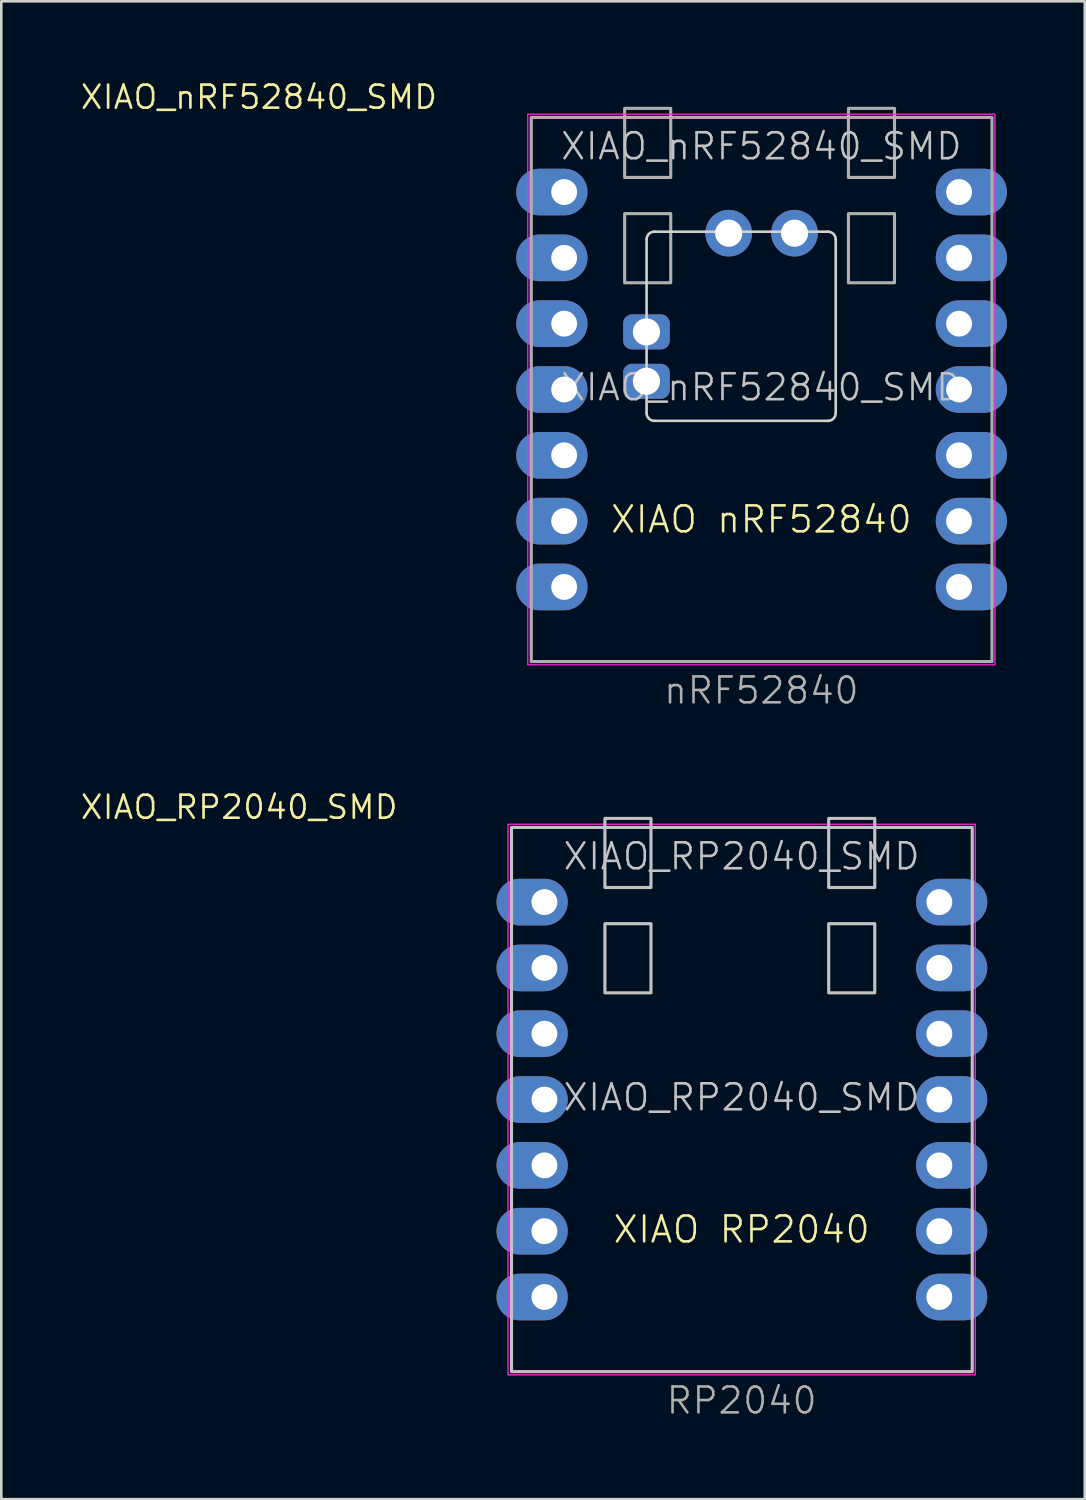
<source format=kicad_pcb>
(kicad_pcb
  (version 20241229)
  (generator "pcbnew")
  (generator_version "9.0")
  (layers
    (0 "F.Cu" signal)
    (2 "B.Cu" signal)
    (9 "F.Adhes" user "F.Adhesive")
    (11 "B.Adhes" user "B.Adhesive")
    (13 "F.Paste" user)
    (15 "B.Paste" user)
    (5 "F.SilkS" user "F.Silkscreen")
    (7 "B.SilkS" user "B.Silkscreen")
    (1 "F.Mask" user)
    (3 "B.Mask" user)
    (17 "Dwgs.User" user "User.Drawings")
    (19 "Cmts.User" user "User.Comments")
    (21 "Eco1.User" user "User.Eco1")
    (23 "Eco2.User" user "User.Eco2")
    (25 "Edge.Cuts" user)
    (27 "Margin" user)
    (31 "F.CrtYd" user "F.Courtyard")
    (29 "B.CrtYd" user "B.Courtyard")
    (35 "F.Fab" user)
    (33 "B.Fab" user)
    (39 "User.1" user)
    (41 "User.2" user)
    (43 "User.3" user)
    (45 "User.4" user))
  (footprint "XIAO_nRF52840_SMD"
    (layer "F.Cu")
    (at 26.342 11.981)
    (property "Reference" "XIAO_nRF52840_SMD" (at -19.399 -11.283 0) (layer "F.SilkS") (effects (font (size 0.889 0.889) (thickness 0.102))))
    (property "Value" "nRF52840" (at -19.843 -0.297 0) (layer "F.SilkS") (hide yes) (effects (font (size 0.61 0.61) (thickness 0.076))))
    (attr smd exclude_from_pos_files)
    (fp_line (start -4.15 -0.33) (end -3.92 -0.317) (stroke (width 0.2) (type default)) (layer "F.Cu"))
    (fp_line (start -4.44 -5.79) (end -4.44 0.91) (stroke (width 0.1) (type default)) (layer "Edge.Cuts"))
    (fp_line (start -4.14 1.21) (end 2.56 1.21) (stroke (width 0.1) (type default)) (layer "Edge.Cuts"))
    (fp_line (start 2.56 -6.09) (end -4.14 -6.09) (stroke (width 0.1) (type default)) (layer "Edge.Cuts"))
    (fp_line (start 2.86 0.91) (end 2.86 -5.79) (stroke (width 0.1) (type default)) (layer "Edge.Cuts"))
    (fp_arc (start -4.44 -5.79) (mid -4.352132 -6.002132) (end -4.14 -6.09) (stroke (width 0.1) (type default)) (layer "Edge.Cuts"))
    (fp_arc (start -4.14 1.21) (mid -4.352132 1.122132) (end -4.44 0.91) (stroke (width 0.1) (type default)) (layer "Edge.Cuts"))
    (fp_arc (start 2.56 -6.09) (mid 2.772132 -6.002132) (end 2.86 -5.79) (stroke (width 0.1) (type default)) (layer "Edge.Cuts"))
    (fp_arc (start 2.86 0.91) (mid 2.772132 1.122132) (end 2.56 1.21) (stroke (width 0.1) (type default)) (layer "Edge.Cuts"))
    (fp_rect (start 9.005 10.625) (end -9.025 -10.625) (stroke (width 0.05) (type solid)) (fill no) (layer "F.CrtYd"))
    (fp_rect (start -8.89 10.5) (end 8.89 -10.5) (stroke (width 0.12) (type solid)) (fill no) (layer "F.Fab"))
    (fp_rect (start -5.286 -6.786) (end -3.508 -4.119) (stroke (width 0.12) (type solid)) (fill no) (layer "F.Fab"))
    (fp_rect (start -3.508 -8.183) (end -5.286 -10.85) (stroke (width 0.12) (type solid)) (fill no) (layer "F.Fab"))
    (fp_rect (start 3.35 -10.85) (end 5.128 -8.183) (stroke (width 0.12) (type solid)) (fill no) (layer "F.Fab"))
    (fp_rect (start 3.35 -6.786) (end 5.128 -4.119) (stroke (width 0.12) (type solid)) (fill no) (layer "F.Fab"))
    (fp_text user "XIAO nRF52840" (at -0.01 5.6 0) (unlocked yes) (layer "F.SilkS") (effects (font (size 1 1) (thickness 0.1)) (justify bottom)))
    (fp_text user "${REFERENCE}" (at -0.01 -8.8 0) (unlocked yes) (layer "Dwgs.User") (effects (font (size 1 1) (thickness 0.1)) (justify bottom)))
    (fp_text user "${REFERENCE}" (at -0.01 0.5 0) (unlocked yes) (layer "Dwgs.User") (effects (font (size 1 1) (thickness 0.1)) (justify bottom)))
    (fp_text user "${VALUE}" (at -0.01 12.2 0) (unlocked yes) (layer "F.Fab") (effects (font (size 1 1) (thickness 0.1)) (justify bottom)))
    (pad "1" thru_hole oval (at -7.62 -7.62) (size 2.75 1.8) (drill 1 (offset -0.475 0)) (layers "*.Cu" "*.Mask"))
    (pad "2" thru_hole oval (at -7.62 -5.08) (size 2.75 1.8) (drill 1 (offset -0.475 0)) (layers "*.Cu" "*.Mask"))
    (pad "3" thru_hole oval (at -7.62 -2.54) (size 2.75 1.8) (drill 1 (offset -0.475 0)) (layers "*.Cu" "*.Mask"))
    (pad "4" thru_hole oval (at -7.62 0) (size 2.75 1.8) (drill 1 (offset -0.475 0)) (layers "*.Cu" "*.Mask"))
    (pad "5" thru_hole oval (at -7.62 2.54) (size 2.75 1.8) (drill 1 (offset -0.475 0)) (layers "*.Cu" "*.Mask"))
    (pad "6" thru_hole oval (at -7.62 5.08) (size 2.75 1.8) (drill 1 (offset -0.475 0)) (layers "*.Cu" "*.Mask"))
    (pad "7" thru_hole oval (at -7.62 7.62) (size 2.75 1.8) (drill 1 (offset -0.475 0)) (layers "*.Cu" "*.Mask"))
    (pad "8" thru_hole oval (at 7.62 7.62 180) (size 2.75 1.8) (drill 1 (offset -0.475 0)) (layers "*.Cu" "*.Mask"))
    (pad "9" thru_hole oval (at 7.62 5.08 180) (size 2.75 1.8) (drill 1 (offset -0.475 0)) (layers "*.Cu" "*.Mask"))
    (pad "10" thru_hole oval (at 7.62 2.54 180) (size 2.75 1.8) (drill 1 (offset -0.475 0)) (layers "*.Cu" "*.Mask"))
    (pad "11" thru_hole oval (at 7.62 0 180) (size 2.75 1.8) (drill 1 (offset -0.475 0)) (layers "*.Cu" "*.Mask"))
    (pad "12" thru_hole oval (at 7.62 -2.54 180) (size 2.75 1.8) (drill 1 (offset -0.475 0)) (layers "*.Cu" "*.Mask"))
    (pad "13" thru_hole oval (at 7.62 -5.08 180) (size 2.75 1.8) (drill 1 (offset -0.475 0)) (layers "*.Cu" "*.Mask"))
    (pad "14" thru_hole oval (at 7.62 -7.62 180) (size 2.75 1.8) (drill 1 (offset -0.475 0)) (layers "*.Cu" "*.Mask"))
    (pad "17" thru_hole circle (at -1.27 -6.032) (size 1.8 1.8) (drill 1.05) (layers "*.Cu" "*.Mask"))
    (pad "18" thru_hole circle (at 1.27 -6.032 180) (size 1.8 1.8) (drill 1.05) (layers "*.Cu" "*.Mask"))
    (pad "19" thru_hole roundrect (at -4.445 -0.317) (size 1.8 1.35) (drill 1.05) (layers "*.Cu" "*.Mask") (roundrect_rratio 0.25))
    (pad "20" thru_hole roundrect (at -4.445 -2.222) (size 1.8 1.35) (drill 1.05) (layers "*.Cu" "*.Mask") (roundrect_rratio 0.25)))
  (footprint "XIAO_RP2040_SMD"
    (layer "F.Cu")
    (at 25.58 39.383)
    (property "Reference" "XIAO_RP2040_SMD" (at -19.399 -11.283 0) (layer "F.SilkS") (effects (font (size 0.889 0.889) (thickness 0.102))))
    (property "Value" "RP2040" (at -19.843 -0.297 0) (layer "F.Fab") (hide yes) (effects (font (size 0.61 0.61) (thickness 0.076))))
    (attr smd exclude_from_pos_files)
    (fp_rect (start -8.89 10.5) (end 8.89 -10.5) (stroke (width 0.12) (type solid)) (fill no) (layer "Dwgs.User"))
    (fp_rect (start -5.286 -6.786) (end -3.508 -4.119) (stroke (width 0.12) (type solid)) (fill no) (layer "Dwgs.User"))
    (fp_rect (start -3.508 -8.183) (end -5.286 -10.85) (stroke (width 0.12) (type solid)) (fill no) (layer "Dwgs.User"))
    (fp_rect (start 3.35 -10.85) (end 5.128 -8.183) (stroke (width 0.12) (type solid)) (fill no) (layer "Dwgs.User"))
    (fp_rect (start 3.35 -6.786) (end 5.128 -4.119) (stroke (width 0.12) (type solid)) (fill no) (layer "Dwgs.User"))
    (fp_rect (start 9.005 10.625) (end -9.025 -10.625) (stroke (width 0.05) (type solid)) (fill no) (layer "F.CrtYd"))
    (fp_text user "XIAO RP2040" (at -0.01 5.6 0) (unlocked yes) (layer "F.SilkS") (effects (font (size 1 1) (thickness 0.1)) (justify bottom)))
    (fp_text user "${REFERENCE}" (at -0.01 -8.8 0) (unlocked yes) (layer "Dwgs.User") (effects (font (size 1 1) (thickness 0.1)) (justify bottom)))
    (fp_text user "${REFERENCE}" (at -0.01 0.5 0) (unlocked yes) (layer "Dwgs.User") (effects (font (size 1 1) (thickness 0.1)) (justify bottom)))
    (fp_text user "${VALUE}" (at -0.01 12.2 0) (unlocked yes) (layer "F.Fab") (effects (font (size 1 1) (thickness 0.1)) (justify bottom)))
    (pad "1" thru_hole oval (at -7.62 -7.62) (size 2.75 1.8) (drill 1 (offset -0.475 0)) (layers "*.Cu" "*.Mask"))
    (pad "2" thru_hole oval (at -7.62 -5.08) (size 2.75 1.8) (drill 1 (offset -0.475 0)) (layers "*.Cu" "*.Mask"))
    (pad "3" thru_hole oval (at -7.62 -2.54) (size 2.75 1.8) (drill 1 (offset -0.475 0)) (layers "*.Cu" "*.Mask"))
    (pad "4" thru_hole oval (at -7.62 0) (size 2.75 1.8) (drill 1 (offset -0.475 0)) (layers "*.Cu" "*.Mask"))
    (pad "5" thru_hole oval (at -7.62 2.54) (size 2.75 1.8) (drill 1 (offset -0.475 0)) (layers "*.Cu" "*.Mask"))
    (pad "6" thru_hole oval (at -7.62 5.08) (size 2.75 1.8) (drill 1 (offset -0.475 0)) (layers "*.Cu" "*.Mask"))
    (pad "7" thru_hole oval (at -7.62 7.62) (size 2.75 1.8) (drill 1 (offset -0.475 0)) (layers "*.Cu" "*.Mask"))
    (pad "8" thru_hole oval (at 7.62 7.62 180) (size 2.75 1.8) (drill 1 (offset -0.475 0)) (layers "*.Cu" "*.Mask"))
    (pad "9" thru_hole oval (at 7.62 5.08 180) (size 2.75 1.8) (drill 1 (offset -0.475 0)) (layers "*.Cu" "*.Mask"))
    (pad "10" thru_hole oval (at 7.62 2.54 180) (size 2.75 1.8) (drill 1 (offset -0.475 0)) (layers "*.Cu" "*.Mask"))
    (pad "11" thru_hole oval (at 7.62 0 180) (size 2.75 1.8) (drill 1 (offset -0.475 0)) (layers "*.Cu" "*.Mask"))
    (pad "12" thru_hole oval (at 7.62 -2.54 180) (size 2.75 1.8) (drill 1 (offset -0.475 0)) (layers "*.Cu" "*.Mask"))
    (pad "13" thru_hole oval (at 7.62 -5.08 180) (size 2.75 1.8) (drill 1 (offset -0.475 0)) (layers "*.Cu" "*.Mask"))
    (pad "14" thru_hole oval (at 7.62 -7.62 180) (size 2.75 1.8) (drill 1 (offset -0.475 0)) (layers "*.Cu" "*.Mask")))
  (gr_rect
    (start -3 -3)
    (end 38.812 54.804)
    (stroke (width 0.1) (type default))
    (fill no)
    (layer "Edge.Cuts")))
</source>
